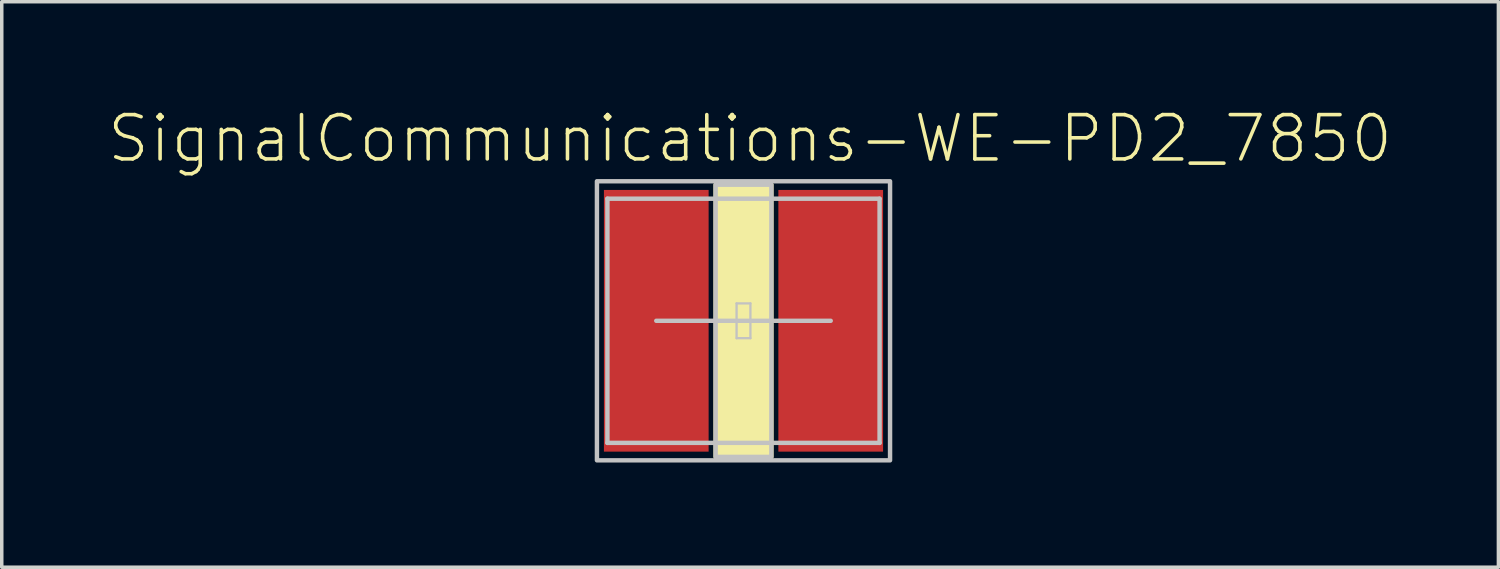
<source format=kicad_pcb>
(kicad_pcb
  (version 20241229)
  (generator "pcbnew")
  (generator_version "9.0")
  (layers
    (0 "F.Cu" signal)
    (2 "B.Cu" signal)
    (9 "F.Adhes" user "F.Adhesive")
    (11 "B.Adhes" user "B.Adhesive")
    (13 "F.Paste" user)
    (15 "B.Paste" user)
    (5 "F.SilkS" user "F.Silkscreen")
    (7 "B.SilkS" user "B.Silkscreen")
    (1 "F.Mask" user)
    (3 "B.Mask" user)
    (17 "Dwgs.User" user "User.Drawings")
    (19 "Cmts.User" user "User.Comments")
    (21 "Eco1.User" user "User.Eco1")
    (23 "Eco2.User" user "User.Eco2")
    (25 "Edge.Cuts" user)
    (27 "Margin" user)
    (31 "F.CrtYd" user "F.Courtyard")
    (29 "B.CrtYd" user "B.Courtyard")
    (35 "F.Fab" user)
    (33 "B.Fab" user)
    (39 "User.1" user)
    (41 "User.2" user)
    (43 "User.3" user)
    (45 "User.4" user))
  (footprint "SignalCommunications-WE-PD2_7850"
    (layer "F.Cu")
    (at 18.252 6.141)
    (property "Reference" "SignalCommunications-WE-PD2_7850" (at 0.188 -5.22 0) (layer "F.SilkS") (effects (font (size 1.27 1.27) (thickness 0.102))))
    (attr smd)
    (fp_line (start -0.798 3.498) (end 0.798 3.498) (stroke (width 0.127) (type solid)) (layer "F.SilkS"))
    (fp_line (start 0.798 -3.498) (end -0.798 -3.498) (stroke (width 0.127) (type solid)) (layer "F.SilkS"))
    (fp_poly (pts (xy -0.798 -3.899) (xy 0.798 -3.899) (xy 0.798 3.899) (xy -0.798 3.899) (xy -0.798 -3.899)) (stroke (width 0.127) (type solid)) (fill yes) (layer "F.SilkS"))
    (fp_line (start -3.899 -3.498) (end 3.899 -3.498) (stroke (width 0.127) (type solid)) (layer "Dwgs.User"))
    (fp_line (start -3.899 3.498) (end -3.899 -3.498) (stroke (width 0.127) (type solid)) (layer "Dwgs.User"))
    (fp_line (start -2.499 0) (end 2.499 0) (stroke (width 0.127) (type solid)) (layer "Dwgs.User"))
    (fp_line (start -0.198 -0.498) (end 0.198 -0.498) (stroke (width 0.066) (type solid)) (layer "Dwgs.User"))
    (fp_line (start -0.198 0.498) (end -0.198 -0.498) (stroke (width 0.066) (type solid)) (layer "Dwgs.User"))
    (fp_line (start -0.198 0.498) (end 0.198 0.498) (stroke (width 0.066) (type solid)) (layer "Dwgs.User"))
    (fp_line (start 0.198 0.498) (end 0.198 -0.498) (stroke (width 0.066) (type solid)) (layer "Dwgs.User"))
    (fp_line (start 3.899 -3.498) (end 3.899 3.498) (stroke (width 0.127) (type solid)) (layer "Dwgs.User"))
    (fp_line (start 3.899 3.498) (end -3.899 3.498) (stroke (width 0.127) (type solid)) (layer "Dwgs.User"))
    (fp_poly (pts (xy -4.199 -3.998) (xy 4.199 -3.998) (xy 4.199 3.998) (xy -4.199 3.998) (xy -4.199 -3.998)) (stroke (width 0.127) (type solid)) (fill no) (layer "Dwgs.User"))
    (fp_poly (pts (xy -0.798 -3.899) (xy 0.798 -3.899) (xy 0.798 3.899) (xy -0.798 3.899) (xy -0.798 -3.899)) (stroke (width 0.127) (type solid)) (fill no) (layer "Dwgs.User"))
    (pad "1" smd rect (at -2.499 0 90) (size 7.498 3) (layers "F.Cu" "F.Mask" "F.Paste"))
    (pad "2" smd rect (at 2.499 0 90) (size 7.498 3) (layers "F.Cu" "F.Mask" "F.Paste")))
  (gr_rect
    (start -3 -3)
    (end 39.881 13.202)
    (stroke (width 0.1) (type default))
    (fill no)
    (layer "Edge.Cuts")))
</source>
